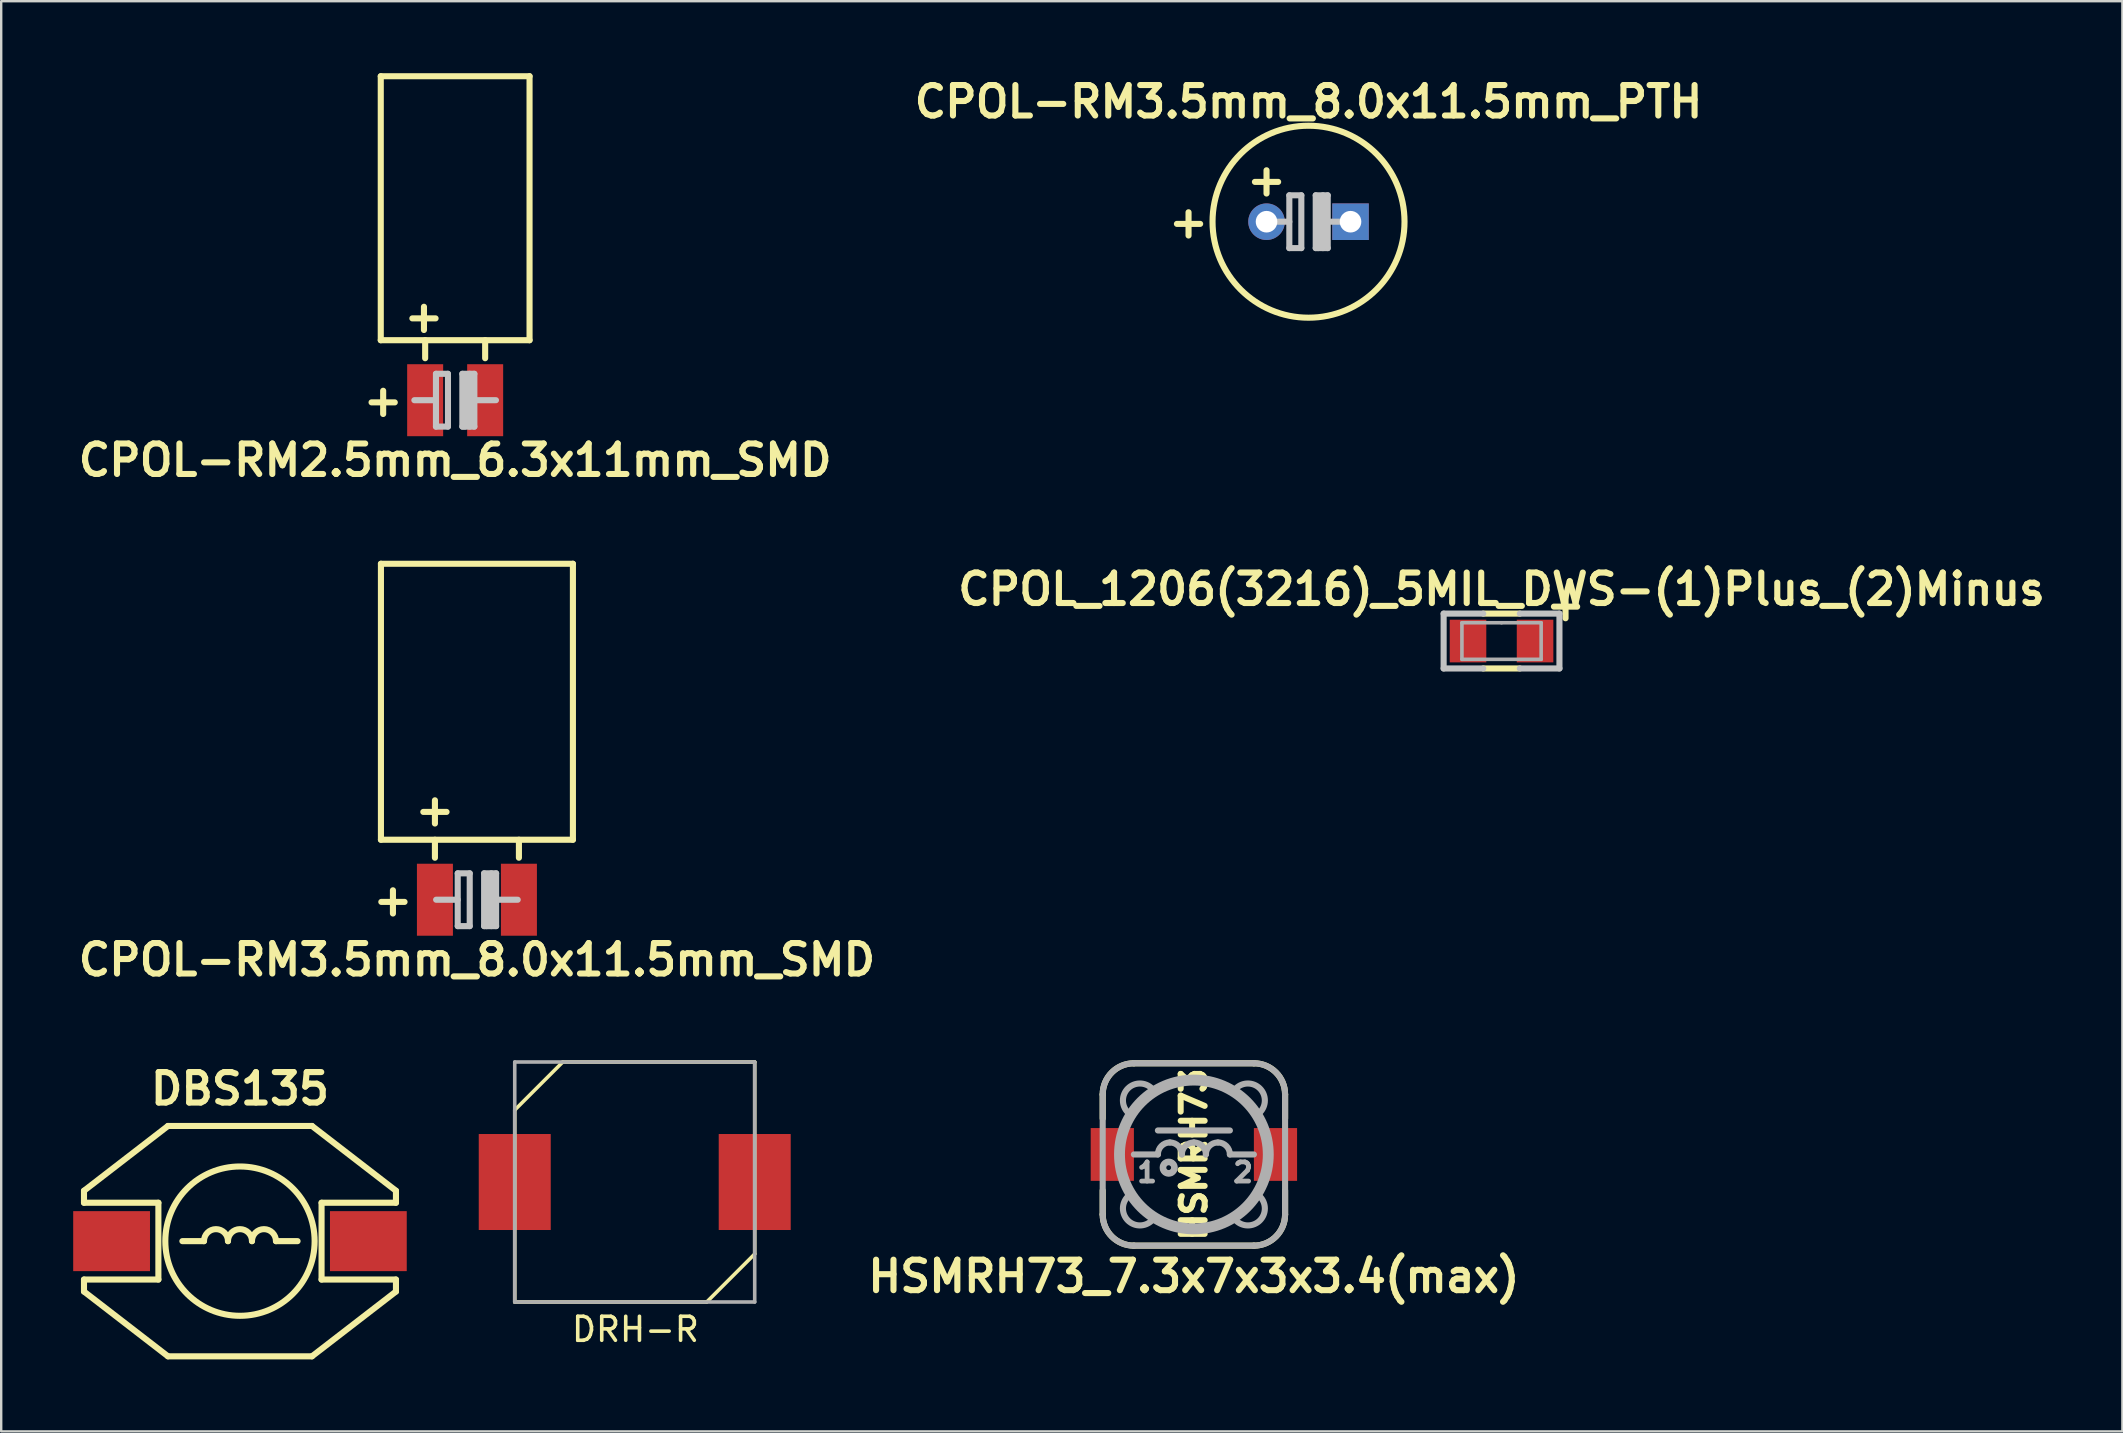
<source format=kicad_pcb>
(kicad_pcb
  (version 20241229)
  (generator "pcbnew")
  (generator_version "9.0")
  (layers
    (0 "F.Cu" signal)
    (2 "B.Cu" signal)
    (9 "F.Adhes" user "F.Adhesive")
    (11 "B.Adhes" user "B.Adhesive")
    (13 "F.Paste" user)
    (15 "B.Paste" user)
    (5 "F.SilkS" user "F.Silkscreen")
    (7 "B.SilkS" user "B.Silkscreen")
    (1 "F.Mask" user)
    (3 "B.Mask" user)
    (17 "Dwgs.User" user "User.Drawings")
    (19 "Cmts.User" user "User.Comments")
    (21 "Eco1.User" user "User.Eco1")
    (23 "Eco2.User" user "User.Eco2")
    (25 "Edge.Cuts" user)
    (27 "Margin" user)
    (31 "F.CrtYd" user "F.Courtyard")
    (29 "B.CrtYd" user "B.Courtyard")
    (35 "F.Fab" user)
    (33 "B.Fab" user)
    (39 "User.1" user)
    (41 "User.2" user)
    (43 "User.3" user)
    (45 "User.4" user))
  (footprint "DRH-R"
    (layer "F.Cu")
    (at 23.4 46.206)
    (property "Reference" "DRH-R" (at 0.03 6.14 0) (layer "F.SilkS") (effects (font (size 1 1) (thickness 0.15))))
    (attr smd)
    (fp_line (start -5 -3) (end -3 -5) (stroke (width 0.15) (type solid)) (layer "F.SilkS"))
    (fp_line (start -5 5) (end -5 -3) (stroke (width 0.15) (type solid)) (layer "F.SilkS"))
    (fp_line (start -3 -5) (end 5 -5) (stroke (width 0.15) (type solid)) (layer "F.SilkS"))
    (fp_line (start 3 5) (end -5 5) (stroke (width 0.15) (type solid)) (layer "F.SilkS"))
    (fp_line (start 5 -5) (end 5 3) (stroke (width 0.15) (type solid)) (layer "F.SilkS"))
    (fp_line (start 5 3) (end 3 5) (stroke (width 0.15) (type solid)) (layer "F.SilkS"))
    (fp_line (start -5 -5) (end 5 -5) (stroke (width 0.15) (type solid)) (layer "F.Fab"))
    (fp_line (start -5 5) (end -5 -5) (stroke (width 0.15) (type solid)) (layer "F.Fab"))
    (fp_line (start 5 -5) (end 5 5) (stroke (width 0.15) (type solid)) (layer "F.Fab"))
    (fp_line (start 5 5) (end -5 5) (stroke (width 0.15) (type solid)) (layer "F.Fab"))
    (pad "1" smd rect (at -5 0) (size 3 4) (layers "F.Cu" "F.Mask" "F.Paste"))
    (pad "2" smd rect (at 5 0) (size 3 4) (layers "F.Cu" "F.Mask" "F.Paste")))
  (footprint "CPOL-RM3.5mm_8.0x11.5mm_SMD"
    (layer "F.Cu")
    (at 16.824 34.443)
    (property "Reference" "CPOL-RM3.5mm_8.0x11.5mm_SMD" (at 0 2.5 0) (layer "F.SilkS") (effects (font (size 1.27 1.27) (thickness 0.254))))
    (attr through_hole)
    (fp_line (start -4 -14) (end 4 -14) (stroke (width 0.254) (type solid)) (layer "F.SilkS"))
    (fp_line (start -4 -2.5) (end -4 -14) (stroke (width 0.254) (type solid)) (layer "F.SilkS"))
    (fp_line (start -1.75 -2.5) (end -1.75 -1.75) (stroke (width 0.254) (type solid)) (layer "F.SilkS"))
    (fp_line (start 1.75 -2.5) (end 1.75 -1.75) (stroke (width 0.254) (type solid)) (layer "F.SilkS"))
    (fp_line (start 4 -14) (end 4 -2.5) (stroke (width 0.254) (type solid)) (layer "F.SilkS"))
    (fp_line (start 4 -2.5) (end -4 -2.5) (stroke (width 0.254) (type solid)) (layer "F.SilkS"))
    (fp_line (start -0.8 -1.1) (end -0.8 1.1) (stroke (width 0.254) (type solid)) (layer "Dwgs.User"))
    (fp_line (start -0.8 -1.1) (end -0.3 -1.1) (stroke (width 0.254) (type solid)) (layer "Dwgs.User"))
    (fp_line (start -0.8 0) (end -1.7 0) (stroke (width 0.254) (type solid)) (layer "Dwgs.User"))
    (fp_line (start -0.8 1.1) (end -0.3 1.1) (stroke (width 0.254) (type solid)) (layer "Dwgs.User"))
    (fp_line (start -0.3 -1.1) (end -0.3 1.1) (stroke (width 0.254) (type solid)) (layer "Dwgs.User"))
    (fp_line (start 0.3 -1.1) (end 0.3 1.1) (stroke (width 0.254) (type solid)) (layer "Dwgs.User"))
    (fp_line (start 0.3 -1.1) (end 0.8 -1.1) (stroke (width 0.254) (type solid)) (layer "Dwgs.User"))
    (fp_line (start 0.3 1.1) (end 0.8 1.1) (stroke (width 0.254) (type solid)) (layer "Dwgs.User"))
    (fp_line (start 0.4 -1) (end 0.4 1.1) (stroke (width 0.254) (type solid)) (layer "Dwgs.User"))
    (fp_line (start 0.6 -1.1) (end 0.6 1.1) (stroke (width 0.254) (type solid)) (layer "Dwgs.User"))
    (fp_line (start 0.8 -1.1) (end 0.8 1.1) (stroke (width 0.254) (type solid)) (layer "Dwgs.User"))
    (fp_line (start 1.7 0) (end 0.8 0) (stroke (width 0.254) (type solid)) (layer "Dwgs.User"))
    (fp_text user "+" (at -1.75 -3.75 0) (layer "F.SilkS") (effects (font (size 1.27 1.27) (thickness 0.254))))
    (fp_text user "+" (at -3.5 0 0) (layer "F.SilkS") (effects (font (size 1.27 1.27) (thickness 0.254))))
    (pad "1" smd rect (at -1.75 0) (size 1.5 3) (layers "F.Cu" "F.Mask" "F.Paste"))
    (pad "2" smd rect (at 1.75 0) (size 1.5 3) (layers "F.Cu" "F.Mask" "F.Paste")))
  (footprint "CPOL-RM2.5mm_6.3x11mm_SMD"
    (layer "F.Cu")
    (at 15.917 13.627)
    (property "Reference" "CPOL-RM2.5mm_6.3x11mm_SMD" (at 0 2.5 0) (layer "F.SilkS") (effects (font (size 1.27 1.27) (thickness 0.254))))
    (attr through_hole)
    (fp_line (start -3.1 -13.5) (end 3.1 -13.5) (stroke (width 0.254) (type solid)) (layer "F.SilkS"))
    (fp_line (start -3.1 -2.5) (end -3.1 -13.5) (stroke (width 0.254) (type solid)) (layer "F.SilkS"))
    (fp_line (start -1.25 -2.5) (end -1.25 -1.75) (stroke (width 0.254) (type solid)) (layer "F.SilkS"))
    (fp_line (start 1.25 -2.5) (end 1.25 -1.75) (stroke (width 0.254) (type solid)) (layer "F.SilkS"))
    (fp_line (start 3.1 -13.5) (end 3.1 -2.5) (stroke (width 0.254) (type solid)) (layer "F.SilkS"))
    (fp_line (start 3.1 -2.5) (end -3.1 -2.5) (stroke (width 0.254) (type solid)) (layer "F.SilkS"))
    (fp_line (start -0.8 -1.1) (end -0.8 1.1) (stroke (width 0.254) (type solid)) (layer "Dwgs.User"))
    (fp_line (start -0.8 -1.1) (end -0.3 -1.1) (stroke (width 0.254) (type solid)) (layer "Dwgs.User"))
    (fp_line (start -0.8 0) (end -1.7 0) (stroke (width 0.254) (type solid)) (layer "Dwgs.User"))
    (fp_line (start -0.8 1.1) (end -0.3 1.1) (stroke (width 0.254) (type solid)) (layer "Dwgs.User"))
    (fp_line (start -0.3 -1.1) (end -0.3 1.1) (stroke (width 0.254) (type solid)) (layer "Dwgs.User"))
    (fp_line (start 0.3 -1.1) (end 0.3 1.1) (stroke (width 0.254) (type solid)) (layer "Dwgs.User"))
    (fp_line (start 0.3 -1.1) (end 0.8 -1.1) (stroke (width 0.254) (type solid)) (layer "Dwgs.User"))
    (fp_line (start 0.3 1.1) (end 0.8 1.1) (stroke (width 0.254) (type solid)) (layer "Dwgs.User"))
    (fp_line (start 0.4 -1) (end 0.4 1.1) (stroke (width 0.254) (type solid)) (layer "Dwgs.User"))
    (fp_line (start 0.6 -1.1) (end 0.6 1.1) (stroke (width 0.254) (type solid)) (layer "Dwgs.User"))
    (fp_line (start 0.8 -1.1) (end 0.8 1.1) (stroke (width 0.254) (type solid)) (layer "Dwgs.User"))
    (fp_line (start 1.7 0) (end 0.8 0) (stroke (width 0.254) (type solid)) (layer "Dwgs.User"))
    (fp_text user "+" (at -1.3 -3.5 0) (layer "F.SilkS") (effects (font (size 1.27 1.27) (thickness 0.254))))
    (fp_text user "+" (at -3 0 0) (layer "F.SilkS") (effects (font (size 1.27 1.27) (thickness 0.254))))
    (pad "1" smd rect (at -1.25 0) (size 1.5 3) (layers "F.Cu" "F.Mask" "F.Paste"))
    (pad "2" smd rect (at 1.25 0) (size 1.5 3) (layers "F.Cu" "F.Mask" "F.Paste")))
  (footprint "CPOL_1206(3216)_5MIL_DWS-(1)Plus_(2)Minus"
    (layer "F.Cu")
    (at 59.521 23.663)
    (property "Reference" "CPOL_1206(3216)_5MIL_DWS-(1)Plus_(2)Minus" (at 0 -2.159 0) (layer "F.SilkS") (effects (font (size 1.27 1.27) (thickness 0.254))))
    (attr smd)
    (fp_line (start 0.762 -1.143) (end -0.762 -1.143) (stroke (width 0.254) (type solid)) (layer "F.SilkS"))
    (fp_line (start 0.762 1.143) (end -0.762 1.143) (stroke (width 0.254) (type solid)) (layer "F.SilkS"))
    (fp_line (start -2.413 -1.143) (end -2.413 1.143) (stroke (width 0.254) (type solid)) (layer "Dwgs.User"))
    (fp_line (start -2.413 1.143) (end -0.762 1.143) (stroke (width 0.254) (type solid)) (layer "Dwgs.User"))
    (fp_line (start -0.762 -1.143) (end -2.413 -1.143) (stroke (width 0.254) (type solid)) (layer "Dwgs.User"))
    (fp_line (start 0.762 -1.143) (end 2.413 -1.143) (stroke (width 0.254) (type solid)) (layer "Dwgs.User"))
    (fp_line (start 2.413 -1.143) (end 2.413 1.143) (stroke (width 0.254) (type solid)) (layer "Dwgs.User"))
    (fp_line (start 2.413 1.143) (end 0.762 1.143) (stroke (width 0.254) (type solid)) (layer "Dwgs.User"))
    (fp_line (start -1.651 -0.762) (end -1.651 0.762) (stroke (width 0.15) (type solid)) (layer "F.Fab"))
    (fp_line (start -1.651 0.762) (end 1.651 0.762) (stroke (width 0.15) (type solid)) (layer "F.Fab"))
    (fp_line (start 0 -0.762) (end -1.651 -0.762) (stroke (width 0.15) (type solid)) (layer "F.Fab"))
    (fp_line (start 1.651 -0.762) (end 0 -0.762) (stroke (width 0.15) (type solid)) (layer "F.Fab"))
    (fp_line (start 1.651 0.762) (end 1.651 -0.762) (stroke (width 0.15) (type solid)) (layer "F.Fab"))
    (fp_text user "+" (at 2.667 -1.524 0) (layer "F.SilkS") (effects (font (size 1.27 1.27) (thickness 0.254))))
    (pad "1" smd rect (at 1.397 0) (size 1.524 1.778) (layers "F.Cu" "F.Mask" "F.Paste"))
    (pad "2" smd rect (at -1.397 0) (size 1.524 1.778) (layers "F.Cu" "F.Mask" "F.Paste")))
  (footprint "DBS135"
    (layer "F.Cu")
    (at 6.95 48.67)
    (property "Reference" "DBS135" (at 0 -6.35 0) (layer "F.SilkS") (effects (font (size 1.27 1.27) (thickness 0.254))))
    (attr smd)
    (fp_line (start -6.5 -2.1) (end -3 -4.8) (stroke (width 0.254) (type solid)) (layer "F.SilkS"))
    (fp_line (start -6.5 -1.6) (end -6.5 -2.1) (stroke (width 0.254) (type solid)) (layer "F.SilkS"))
    (fp_line (start -6.5 1.6) (end -3.4 1.6) (stroke (width 0.254) (type solid)) (layer "F.SilkS"))
    (fp_line (start -6.5 2.1) (end -6.5 1.6) (stroke (width 0.254) (type solid)) (layer "F.SilkS"))
    (fp_line (start -3.4 -1.6) (end -6.5 -1.6) (stroke (width 0.254) (type solid)) (layer "F.SilkS"))
    (fp_line (start -3.4 1.6) (end -3.4 -1.6) (stroke (width 0.254) (type solid)) (layer "F.SilkS"))
    (fp_line (start -3 -4.8) (end 3 -4.8) (stroke (width 0.254) (type solid)) (layer "F.SilkS"))
    (fp_line (start -3 4.8) (end -6.5 2.1) (stroke (width 0.254) (type solid)) (layer "F.SilkS"))
    (fp_line (start -1.5 0) (end -2.4 0) (stroke (width 0.254) (type solid)) (layer "F.SilkS"))
    (fp_line (start 2.4 0) (end 1.5 0) (stroke (width 0.254) (type solid)) (layer "F.SilkS"))
    (fp_line (start 3 -4.8) (end 6.5 -2.1) (stroke (width 0.254) (type solid)) (layer "F.SilkS"))
    (fp_line (start 3 4.8) (end -3 4.8) (stroke (width 0.254) (type solid)) (layer "F.SilkS"))
    (fp_line (start 3.4 -1.6) (end 3.4 1.6) (stroke (width 0.254) (type solid)) (layer "F.SilkS"))
    (fp_line (start 3.4 1.6) (end 6.5 1.6) (stroke (width 0.254) (type solid)) (layer "F.SilkS"))
    (fp_line (start 6.5 -2.1) (end 6.5 -1.6) (stroke (width 0.254) (type solid)) (layer "F.SilkS"))
    (fp_line (start 6.5 -1.6) (end 3.4 -1.6) (stroke (width 0.254) (type solid)) (layer "F.SilkS"))
    (fp_line (start 6.5 1.6) (end 6.5 2.1) (stroke (width 0.254) (type solid)) (layer "F.SilkS"))
    (fp_line (start 6.5 2.1) (end 3 4.8) (stroke (width 0.254) (type solid)) (layer "F.SilkS"))
    (fp_arc (start -1.5 0) (mid -1 -0.5) (end -0.5 0) (stroke (width 0.254) (type solid)) (layer "F.SilkS"))
    (fp_arc (start -0.5 0) (mid 0 -0.5) (end 0.5 0) (stroke (width 0.254) (type solid)) (layer "F.SilkS"))
    (fp_arc (start 0.5 0) (mid 1 -0.5) (end 1.5 0) (stroke (width 0.254) (type solid)) (layer "F.SilkS"))
    (fp_circle (center 0 0) (end -2.2 2.2) (stroke (width 0.254) (type solid)) (fill no) (layer "F.SilkS"))
    (pad "1" smd rect (at -5.35 0) (size 3.2 2.5) (layers "F.Cu" "F.Mask" "F.Paste"))
    (pad "2" smd rect (at 5.35 0) (size 3.2 2.5) (layers "F.Cu" "F.Mask" "F.Paste")))
  (footprint "HSMRH73_7.3x7x3x3.4(max)"
    (layer "F.Cu")
    (at 46.701 45.058)
    (property "Reference" "HSMRH73_7.3x7x3x3.4(max)" (at 0 5.08 0) (layer "F.SilkS") (effects (font (size 1.27 1.27) (thickness 0.254))))
    (attr through_hole)
    (fp_line (start -3.8 -1.5) (end -3.8 -2.5) (stroke (width 0.254) (type solid)) (layer "F.SilkS"))
    (fp_line (start -3.8 2.5) (end -3.8 1.5) (stroke (width 0.254) (type solid)) (layer "F.SilkS"))
    (fp_line (start -2.5 -3.8) (end 2.5 -3.8) (stroke (width 0.254) (type solid)) (layer "F.SilkS"))
    (fp_line (start 2.5 3.8) (end -2.5 3.8) (stroke (width 0.254) (type solid)) (layer "F.SilkS"))
    (fp_line (start 3.8 -2.5) (end 3.8 -1.5) (stroke (width 0.254) (type solid)) (layer "F.SilkS"))
    (fp_line (start 3.8 1.5) (end 3.8 2.5) (stroke (width 0.254) (type solid)) (layer "F.SilkS"))
    (fp_arc (start -3.8 -2.5) (mid -3.419239 -3.419239) (end -2.5 -3.8) (stroke (width 0.254) (type solid)) (layer "F.SilkS"))
    (fp_arc (start -2.5 3.8) (mid -3.419239 3.419239) (end -3.8 2.5) (stroke (width 0.254) (type solid)) (layer "F.SilkS"))
    (fp_arc (start 2.5 -3.8) (mid 3.419239 -3.419239) (end 3.8 -2.5) (stroke (width 0.254) (type solid)) (layer "F.SilkS"))
    (fp_arc (start 3.8 2.5) (mid 3.419239 3.419239) (end 2.5 3.8) (stroke (width 0.254) (type solid)) (layer "F.SilkS"))
    (fp_line (start -3.8 2.5) (end -3.8 -2.5) (stroke (width 0.254) (type solid)) (layer "F.Fab"))
    (fp_line (start -2.5 -3.8) (end 2.5 -3.8) (stroke (width 0.254) (type solid)) (layer "F.Fab"))
    (fp_line (start -1.5 -1) (end 1.5 -1) (stroke (width 0.254) (type solid)) (layer "F.Fab"))
    (fp_line (start -1.5 0) (end -2.5 0) (stroke (width 0.254) (type solid)) (layer "F.Fab"))
    (fp_line (start 1.5 0) (end 2.5 0) (stroke (width 0.254) (type solid)) (layer "F.Fab"))
    (fp_line (start 2.5 3.8) (end -2.5 3.8) (stroke (width 0.254) (type solid)) (layer "F.Fab"))
    (fp_line (start 3.8 -2.5) (end 3.8 2.5) (stroke (width 0.254) (type solid)) (layer "F.Fab"))
    (fp_arc (start -3.8 -2.5) (mid -3.419239 -3.419239) (end -2.5 -3.8) (stroke (width 0.254) (type solid)) (layer "F.Fab"))
    (fp_arc (start -2.75 -1.75) (mid -2.75 -2.75) (end -1.75 -2.75) (stroke (width 0.254) (type solid)) (layer "F.Fab"))
    (fp_arc (start -2.5 3.8) (mid -3.419239 3.419239) (end -3.8 2.5) (stroke (width 0.254) (type solid)) (layer "F.Fab"))
    (fp_arc (start -1.75 2.75) (mid -2.75 2.75) (end -2.75 1.75) (stroke (width 0.254) (type solid)) (layer "F.Fab"))
    (fp_arc (start -1.5 0) (mid -1.353553 -0.353553) (end -1 -0.5) (stroke (width 0.254) (type solid)) (layer "F.Fab"))
    (fp_arc (start -1 -0.5) (mid -0.646447 -0.353553) (end -0.5 0) (stroke (width 0.254) (type solid)) (layer "F.Fab"))
    (fp_arc (start -0.5 0) (mid -0.353553 -0.353553) (end 0 -0.5) (stroke (width 0.254) (type solid)) (layer "F.Fab"))
    (fp_arc (start 0 -0.5) (mid 0.353553 -0.353553) (end 0.5 0) (stroke (width 0.254) (type solid)) (layer "F.Fab"))
    (fp_arc (start 0.5 0) (mid 0.646447 -0.353553) (end 1 -0.5) (stroke (width 0.254) (type solid)) (layer "F.Fab"))
    (fp_arc (start 1 -0.5) (mid 1.353553 -0.353553) (end 1.5 0) (stroke (width 0.254) (type solid)) (layer "F.Fab"))
    (fp_arc (start 1.75 -2.75) (mid 2.75 -2.75) (end 2.75 -1.75) (stroke (width 0.254) (type solid)) (layer "F.Fab"))
    (fp_arc (start 2.5 -3.8) (mid 3.419239 -3.419239) (end 3.8 -2.5) (stroke (width 0.254) (type solid)) (layer "F.Fab"))
    (fp_arc (start 2.75 1.75) (mid 2.75 2.75) (end 1.75 2.75) (stroke (width 0.254) (type solid)) (layer "F.Fab"))
    (fp_arc (start 3.8 2.5) (mid 3.419239 3.419239) (end 2.5 3.8) (stroke (width 0.254) (type solid)) (layer "F.Fab"))
    (fp_circle (center -1.05 0.55) (end -1.15 0.55) (stroke (width 0.254) (type solid)) (fill no) (layer "F.Fab"))
    (fp_circle (center -1.05 0.55) (end -1.05 0.8) (stroke (width 0.254) (type solid)) (fill no) (layer "F.Fab"))
    (fp_circle (center 0 0) (end 3 0) (stroke (width 0.254) (type solid)) (fill no) (layer "F.Fab"))
    (fp_circle (center 0 0) (end 3.2 0) (stroke (width 0.254) (type solid)) (fill no) (layer "F.Fab"))
    (fp_poly (pts (xy -2.75 1.75) (xy -3 2.25) (xy -2.75 2.75) (xy -2.25 3) (xy -1.75 2.75)) (stroke (width 0.1) (type solid)) (fill no) (layer "F.Fab"))
    (fp_poly (pts (xy -1.75 -2.75) (xy -2.25 -3) (xy -2.75 -2.75) (xy -3 -2.25) (xy -2.75 -1.75)) (stroke (width 0.1) (type solid)) (fill no) (layer "F.Fab"))
    (fp_poly (pts (xy 1.75 -2.75) (xy 2.25 -3) (xy 2.75 -2.75) (xy 3 -2.25) (xy 2.75 -1.75)) (stroke (width 0.1) (type solid)) (fill no) (layer "F.Fab"))
    (fp_poly (pts (xy 1.75 2.75) (xy 2.25 3) (xy 2.75 2.75) (xy 3 2.25) (xy 2.75 1.75)) (stroke (width 0.1) (type solid)) (fill no) (layer "F.Fab"))
    (fp_text user "HSMRH73" (at 0 0 90) (layer "F.SilkS") (effects (font (size 1 1) (thickness 0.25))))
    (fp_text user "2" (at 2.05 0.75 0) (layer "F.Fab") (effects (font (size 0.8 0.8) (thickness 0.2))))
    (fp_text user "1" (at -1.95 0.75 0) (layer "F.Fab") (effects (font (size 0.8 0.8) (thickness 0.2))))
    (pad "1" smd rect (at -3.4 0) (size 1.8 2.2) (layers "F.Cu" "F.Mask" "F.Paste"))
    (pad "2" smd rect (at 3.4 0) (size 1.8 2.2) (layers "F.Cu" "F.Mask" "F.Paste")))
  (footprint "CPOL-RM3.5mm_8.0x11.5mm_PTH"
    (layer "F.Cu")
    (at 51.478 6.189)
    (property "Reference" "CPOL-RM3.5mm_8.0x11.5mm_PTH" (at 0 -5 0) (layer "F.SilkS") (effects (font (size 1.27 1.27) (thickness 0.254))))
    (attr through_hole)
    (fp_circle (center 0 0) (end -4 0) (stroke (width 0.254) (type solid)) (fill no) (layer "F.SilkS"))
    (fp_line (start -0.8 -1.1) (end -0.8 1.1) (stroke (width 0.254) (type solid)) (layer "Dwgs.User"))
    (fp_line (start -0.8 -1.1) (end -0.3 -1.1) (stroke (width 0.254) (type solid)) (layer "Dwgs.User"))
    (fp_line (start -0.8 0) (end -1.7 0) (stroke (width 0.254) (type solid)) (layer "Dwgs.User"))
    (fp_line (start -0.8 1.1) (end -0.3 1.1) (stroke (width 0.254) (type solid)) (layer "Dwgs.User"))
    (fp_line (start -0.3 -1.1) (end -0.3 1.1) (stroke (width 0.254) (type solid)) (layer "Dwgs.User"))
    (fp_line (start 0.3 -1.1) (end 0.3 1.1) (stroke (width 0.254) (type solid)) (layer "Dwgs.User"))
    (fp_line (start 0.3 -1.1) (end 0.8 -1.1) (stroke (width 0.254) (type solid)) (layer "Dwgs.User"))
    (fp_line (start 0.3 1.1) (end 0.8 1.1) (stroke (width 0.254) (type solid)) (layer "Dwgs.User"))
    (fp_line (start 0.4 -1) (end 0.4 1.1) (stroke (width 0.254) (type solid)) (layer "Dwgs.User"))
    (fp_line (start 0.6 -1.1) (end 0.6 1.1) (stroke (width 0.254) (type solid)) (layer "Dwgs.User"))
    (fp_line (start 0.8 -1.1) (end 0.8 1.1) (stroke (width 0.254) (type solid)) (layer "Dwgs.User"))
    (fp_line (start 1.7 0) (end 0.8 0) (stroke (width 0.254) (type solid)) (layer "Dwgs.User"))
    (fp_text user "+" (at -5 0 0) (layer "F.SilkS") (effects (font (size 1.27 1.27) (thickness 0.254))))
    (fp_text user "+" (at -1.75 -1.75 0) (layer "F.SilkS") (effects (font (size 1.27 1.27) (thickness 0.254))))
    (pad "1" thru_hole circle (at -1.75 0) (size 1.524 1.524) (drill 0.9) (layers "*.Cu" "*.Mask"))
    (pad "2" thru_hole rect (at 1.75 0) (size 1.524 1.524) (drill 0.9) (layers "*.Cu" "*.Mask")))
  (gr_rect
    (start -3 -3)
    (end 85.393 56.597)
    (stroke (width 0.1) (type default))
    (fill no)
    (layer "Edge.Cuts")))
</source>
